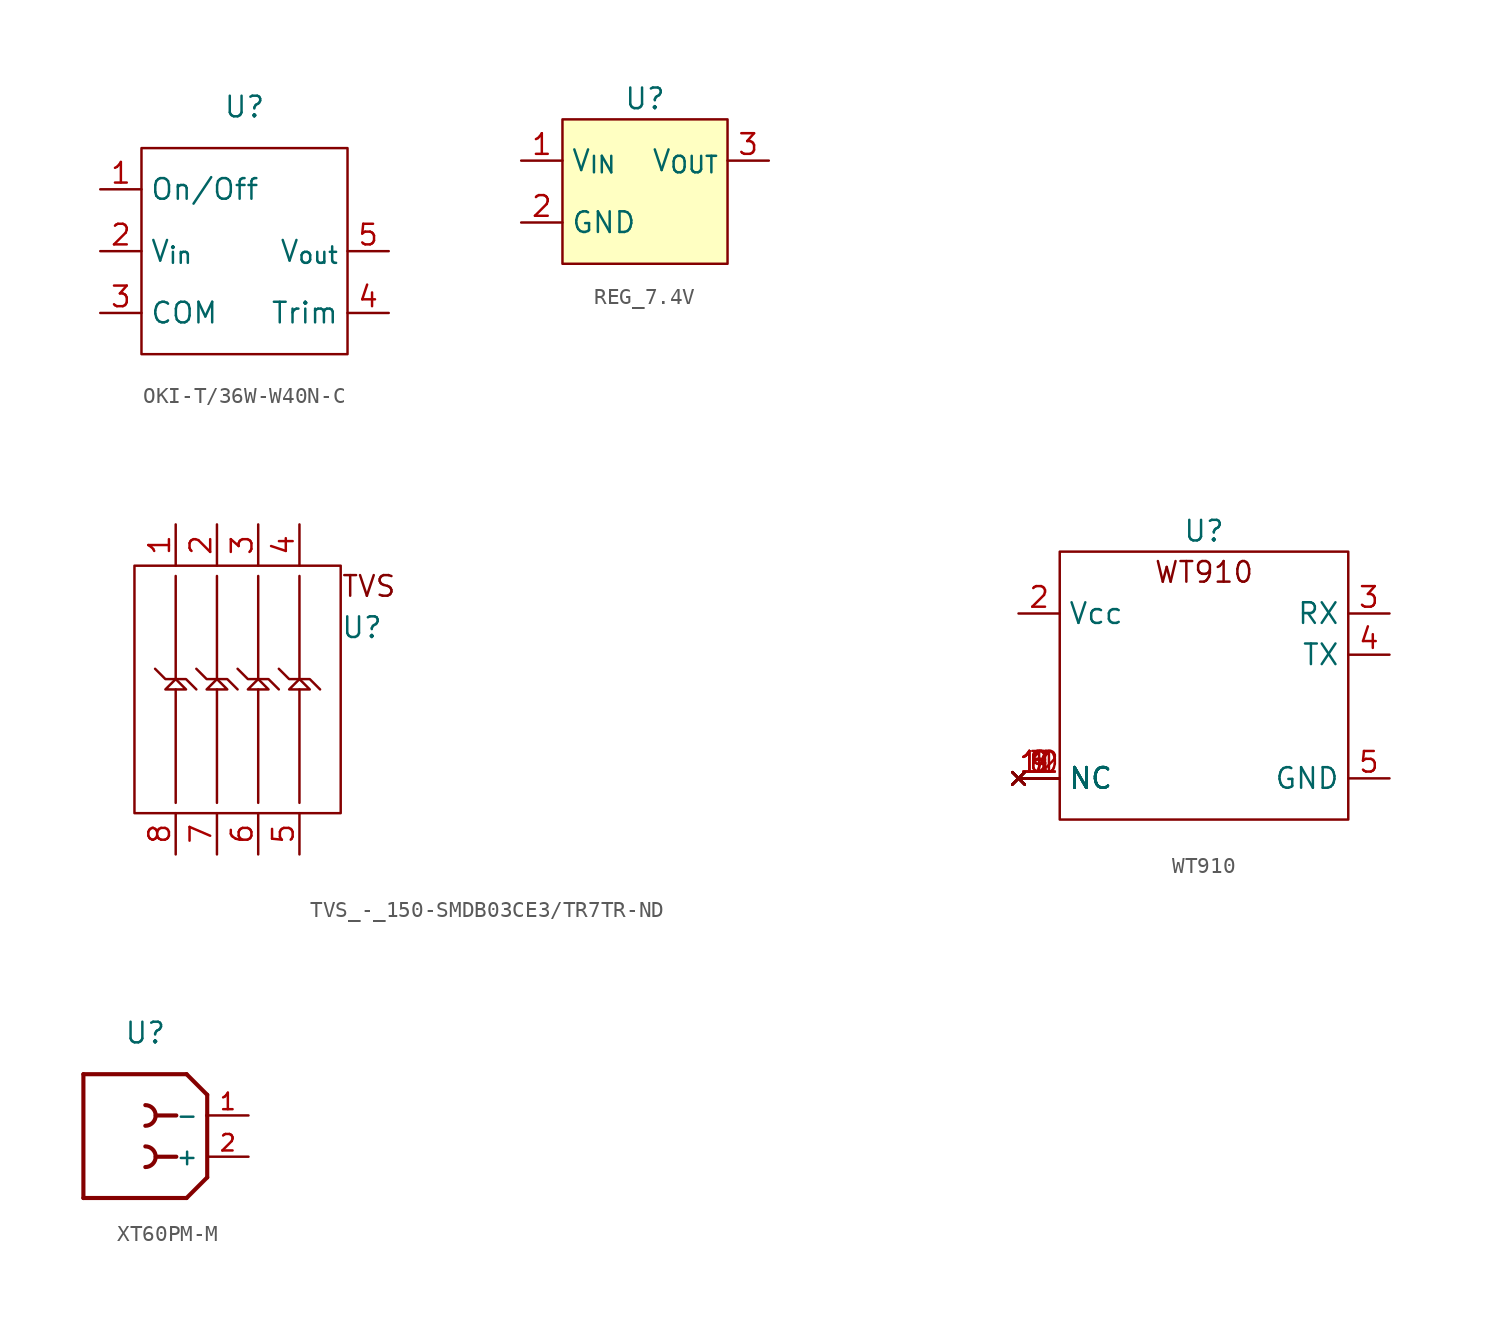
<source format=kicad_sym>
(kicad_symbol_lib
  (version 20231120)
  (generator "kicad_symbol_editor")
  (generator_version "8.0")
  (symbol "OKI-T/36W-W40N-C"
    (property "Reference" "U"
      (at 0 0 0)
      (effects (font (size 1.27 1.27))))
    (property "Value" ""
      (at 0 -2.54 0)
      (effects (font (size 1.27 1.27))))
    (symbol "OKI-T/36W-W40N-C_0_1"
      (rectangle (start -6.35 -2.54) (end 6.35 -15.24) (stroke (width 0) (type default)) (fill (type none))))
    (symbol "OKI-T/36W-W40N-C_1_1"
      (pin input line (at -8.89 -5.08 0) (length 2.54) (name "On/Off" (effects (font (size 1.27 1.27)))) (number "1" (effects (font (size 1.27 1.27)))))
      (pin input line (at -8.89 -8.89 0) (length 2.54) (name "V_{in}" (effects (font (size 1.27 1.27)))) (number "2" (effects (font (size 1.27 1.27)))))
      (pin output line (at -8.89 -12.7 0) (length 2.54) (name "COM" (effects (font (size 1.27 1.27)))) (number "3" (effects (font (size 1.27 1.27)))))
      (pin output line (at 8.89 -12.7 180) (length 2.54) (name "Trim" (effects (font (size 1.27 1.27)))) (number "4" (effects (font (size 1.27 1.27)))))
      (pin output line (at 8.89 -8.89 180) (length 2.54) (name "V_{out}" (effects (font (size 1.27 1.27)))) (number "5" (effects (font (size 1.27 1.27)))))))
  (symbol "REG_7.4V"
    (property "Reference" "U"
      (at 0 1.27 0)
      (effects (font (size 1.27 1.27))))
    (property "Value" ""
      (at -2.54 0 0)
      (effects (font (size 1.27 1.27))))
    (symbol "REG_7.4V_1_1"
      (rectangle (start -5.08 0) (end 5.08 -8.89) (stroke (width 0) (type default)) (fill (type background)))
      (pin power_in line (at -7.62 -2.54 0) (length 2.54) (name "V_{IN}" (effects (font (size 1.27 1.27)))) (number "1" (effects (font (size 1.27 1.27)))))
      (pin power_in line (at -7.62 -6.35 0) (length 2.54) (name "GND" (effects (font (size 1.27 1.27)))) (number "2" (effects (font (size 1.27 1.27)))))
      (pin power_in line (at 7.62 -2.54 180) (length 2.54) (name "V_{OUT}" (effects (font (size 1.27 1.27)))) (number "3" (effects (font (size 1.27 1.27)))))))
  (symbol "TVS_-_150-SMDB03CE3/TR7TR-ND"
    (property "Reference" "U"
      (at 6.35 3.81 0)
      (effects (font (size 1.27 1.27)) (justify left)))
    (property "Value" ""
      (at 36.83 2.66 0)
      (effects (font (size 1.27 1.27))))
    (symbol "TVS_-_150-SMDB03CE3/TR7TR-ND_0_1"
      (rectangle (start -6.35 7.62) (end 6.35 -7.62) (stroke (width 0) (type default)) (fill (type none)))
      (polyline (pts (xy -3.81 0) (xy -3.81 -6.985)) (stroke (width 0) (type default)) (fill (type none)))
      (polyline (pts (xy -3.81 6.985) (xy -3.81 0.635)) (stroke (width 0) (type default)) (fill (type none)))
      (polyline (pts (xy -1.27 0) (xy -1.27 -6.985)) (stroke (width 0) (type default)) (fill (type none)))
      (polyline (pts (xy -1.27 6.985) (xy -1.27 0.635)) (stroke (width 0) (type default)) (fill (type none)))
      (polyline (pts (xy 1.27 0) (xy 1.27 -6.985)) (stroke (width 0) (type default)) (fill (type none)))
      (polyline (pts (xy 1.27 6.985) (xy 1.27 0.635)) (stroke (width 0) (type default)) (fill (type none)))
      (polyline (pts (xy 3.81 0) (xy 3.81 -6.985)) (stroke (width 0) (type default)) (fill (type none)))
      (polyline (pts (xy 3.81 6.985) (xy 3.81 0.635)) (stroke (width 0) (type default)) (fill (type none)))
      (polyline (pts (xy -3.81 0.635) (xy -3.175 0.635) (xy -2.54 0)) (stroke (width 0) (type default)) (fill (type none)))
      (polyline (pts (xy -1.27 0.635) (xy -0.635 0.635) (xy 0 0)) (stroke (width 0) (type default)) (fill (type none)))
      (polyline (pts (xy 1.27 0.635) (xy 1.905 0.635) (xy 2.54 0)) (stroke (width 0) (type default)) (fill (type none)))
      (polyline (pts (xy 3.81 0.635) (xy 4.445 0.635) (xy 5.08 0)) (stroke (width 0) (type default)) (fill (type none)))
      (polyline (pts (xy -3.81 0.635) (xy -4.445 0) (xy -3.175 0) (xy -3.81 0.635)) (stroke (width 0) (type default)) (fill (type none)))
      (polyline (pts (xy -3.81 0.635) (xy -4.445 0.635) (xy -4.445 0.635) (xy -5.08 1.27)) (stroke (width 0) (type default)) (fill (type none)))
      (polyline (pts (xy -1.27 0.635) (xy -1.905 0) (xy -0.635 0) (xy -1.27 0.635)) (stroke (width 0) (type default)) (fill (type none)))
      (polyline (pts (xy -1.27 0.635) (xy -1.905 0.635) (xy -1.905 0.635) (xy -2.54 1.27)) (stroke (width 0) (type default)) (fill (type none)))
      (polyline (pts (xy 1.27 0.635) (xy 0.635 0) (xy 1.905 0) (xy 1.27 0.635)) (stroke (width 0) (type default)) (fill (type none)))
      (polyline (pts (xy 1.27 0.635) (xy 0.635 0.635) (xy 0.635 0.635) (xy 0 1.27)) (stroke (width 0) (type default)) (fill (type none)))
      (polyline (pts (xy 3.81 0.635) (xy 3.175 0) (xy 4.445 0) (xy 3.81 0.635)) (stroke (width 0) (type default)) (fill (type none)))
      (polyline (pts (xy 3.81 0.635) (xy 3.175 0.635) (xy 3.175 0.635) (xy 2.54 1.27)) (stroke (width 0) (type default)) (fill (type none))))
    (symbol "TVS_-_150-SMDB03CE3/TR7TR-ND_1_1"
      (text "TVS" (at 6.35 6.35 0) (effects (font (size 1.27 1.27)) (justify left)))
      (pin unspecified line (at -3.81 10.16 270) (length 2.54) (name "" (effects (font (size 1.27 1.27)))) (number "1" (effects (font (size 1.27 1.27)))))
      (pin unspecified line (at -1.27 10.16 270) (length 2.54) (name "" (effects (font (size 1.27 1.27)))) (number "2" (effects (font (size 1.27 1.27)))))
      (pin unspecified line (at 1.27 10.16 270) (length 2.54) (name "" (effects (font (size 1.27 1.27)))) (number "3" (effects (font (size 1.27 1.27)))))
      (pin unspecified line (at 3.81 10.16 270) (length 2.54) (name "" (effects (font (size 1.27 1.27)))) (number "4" (effects (font (size 1.27 1.27)))))
      (pin unspecified line (at 3.81 -10.16 90) (length 2.54) (name "" (effects (font (size 1.27 1.27)))) (number "5" (effects (font (size 1.27 1.27)))))
      (pin unspecified line (at 1.27 -10.16 90) (length 2.54) (name "" (effects (font (size 1.27 1.27)))) (number "6" (effects (font (size 1.27 1.27)))))
      (pin unspecified line (at -1.27 -10.16 90) (length 2.54) (name "" (effects (font (size 1.27 1.27)))) (number "7" (effects (font (size 1.27 1.27)))))
      (pin unspecified line (at -3.81 -10.16 90) (length 2.54) (name "" (effects (font (size 1.27 1.27)))) (number "8" (effects (font (size 1.27 1.27)))))))
  (symbol "WT910"
    (property "Reference" "U"
      (at 0 2.54 0)
      (effects (font (size 1.27 1.27))))
    (property "Value" ""
      (at 0 0 0)
      (effects (font (size 1.27 1.27))))
    (symbol "WT910_0_1"
      (rectangle (start -8.89 1.27) (end 8.89 -15.24) (stroke (width 0) (type default)) (fill (type none))))
    (symbol "WT910_1_1"
      (text "WT910" (at 0 0 0) (effects (font (size 1.27 1.27))))
      (pin no_connect line (at -11.43 -12.7 0) (length 2.54) (name "NC" (effects (font (size 1.27 1.27)))) (number "1" (effects (font (size 1.27 1.27)))))
      (pin no_connect line (at -11.43 -12.7 0) (length 2.54) (name "NC" (effects (font (size 1.27 1.27)))) (number "10" (effects (font (size 1.27 1.27)))))
      (pin no_connect line (at -11.43 -12.7 0) (length 2.54) (name "NC" (effects (font (size 1.27 1.27)))) (number "11" (effects (font (size 1.27 1.27)))))
      (pin no_connect line (at -11.43 -12.7 0) (length 2.54) (name "NC" (effects (font (size 1.27 1.27)))) (number "12" (effects (font (size 1.27 1.27)))))
      (pin input line (at -11.43 -2.54 0) (length 2.54) (name "Vcc" (effects (font (size 1.27 1.27)))) (number "2" (effects (font (size 1.27 1.27)))))
      (pin input line (at 11.43 -2.54 180) (length 2.54) (name "RX" (effects (font (size 1.27 1.27)))) (number "3" (effects (font (size 1.27 1.27)))))
      (pin input line (at 11.43 -5.08 180) (length 2.54) (name "TX" (effects (font (size 1.27 1.27)))) (number "4" (effects (font (size 1.27 1.27)))))
      (pin input line (at 11.43 -12.7 180) (length 2.54) (name "GND" (effects (font (size 1.27 1.27)))) (number "5" (effects (font (size 1.27 1.27)))))
      (pin no_connect line (at -11.43 -12.7 0) (length 2.54) (name "NC" (effects (font (size 1.27 1.27)))) (number "6" (effects (font (size 1.27 1.27)))))
      (pin no_connect line (at -11.43 -12.7 0) (length 2.54) (name "NC" (effects (font (size 1.27 1.27)))) (number "7" (effects (font (size 1.27 1.27)))))
      (pin no_connect line (at -11.43 -12.7 0) (length 2.54) (name "NC" (effects (font (size 1.27 1.27)))) (number "8" (effects (font (size 1.27 1.27)))))
      (pin no_connect line (at -11.43 -12.7 0) (length 2.54) (name "NC" (effects (font (size 1.27 1.27)))) (number "9" (effects (font (size 1.27 1.27)))))))
  (symbol "XT60PM-M"
    (property "Reference" "U"
      (at 0 0 0)
      (effects (font (size 1.27 1.27))))
    (property "Value" ""
      (at 0 0 0)
      (effects (font (size 1.27 1.27))))
    (symbol "XT60PM-M_0_0"
      (polyline (pts (xy -3.81 -10.16) (xy -3.81 -2.54)) (stroke (width 0.254) (type default)) (fill (type none)))
      (polyline (pts (xy -3.81 -2.54) (xy 2.54 -2.54)) (stroke (width 0.254) (type default)) (fill (type none)))
      (polyline (pts (xy 1.908 -7.62) (xy 0.638 -7.62)) (stroke (width 0.254) (type default)) (fill (type none)))
      (polyline (pts (xy 1.908 -5.08) (xy 0.638 -5.08)) (stroke (width 0.254) (type default)) (fill (type none)))
      (polyline (pts (xy 2.54 -10.16) (xy -3.81 -10.16)) (stroke (width 0.254) (type default)) (fill (type none)))
      (polyline (pts (xy 3.81 -8.89) (xy 2.54 -10.16)) (stroke (width 0.254) (type default)) (fill (type none)))
      (polyline (pts (xy 3.81 -5.08) (xy 3.81 -8.89)) (stroke (width 0.254) (type default)) (fill (type none)))
      (polyline (pts (xy 3.81 -3.81) (xy 2.54 -2.54)) (stroke (width 0.254) (type default)) (fill (type none)))
      (polyline (pts (xy 3.81 -3.81) (xy 3.81 -5.08)) (stroke (width 0.254) (type default)) (fill (type none)))
      (arc (start 0.0027 -8.255) (mid 0.635 -7.62) (end 0.0027 -6.985) (stroke (width 0.254) (type default)) (fill (type none)))
      (arc (start 0.0027 -5.715) (mid 0.635 -5.08) (end 0.0027 -4.445) (stroke (width 0.254) (type default)) (fill (type none))))
    (symbol "XT60PM-M_1_0"
      (pin power_in line (at 6.35 -5.08 180) (length 2.54) (name "-" (effects (font (size 1.016 1.016)))) (number "1" (effects (font (size 1.016 1.016)))))
      (pin power_in line (at 6.35 -7.62 180) (length 2.54) (name "+" (effects (font (size 1.016 1.016)))) (number "2" (effects (font (size 1.016 1.016))))))))
</source>
